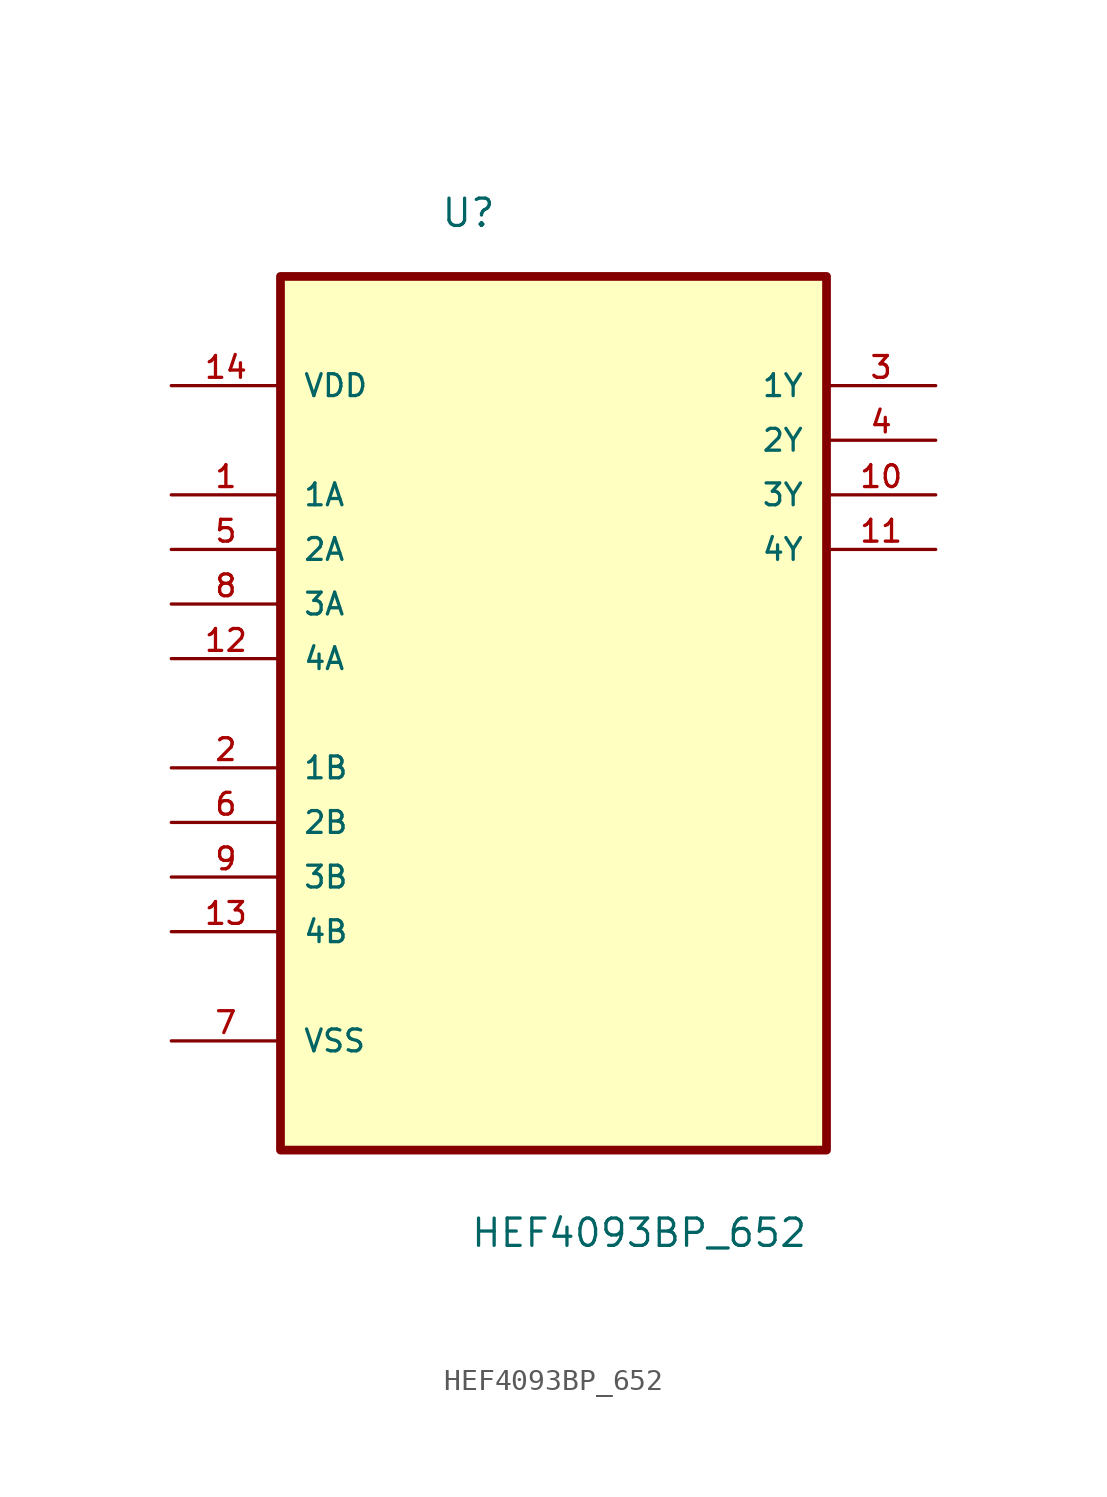
<source format=kicad_sym>
(kicad_symbol_lib
  (version 20211014)
  (generator kicad_symbol_editor)
  (symbol "HEF4093BP_652"
    (pin_names
      (offset 1.016))
    (property "Reference" "U"
      (at -5.264 19.989 0.0)
      (effects (font (size 1.27 1.27)) (justify bottom left)))
    (property "Value" "HEF4093BP_652"
      (at -3.889 -27.455 0.0)
      (effects (font (size 1.27 1.27)) (justify bottom left)))
    (symbol "HEF4093BP_652_0_0"
      (rectangle (start -12.7 -22.86) (end 12.7 17.78) (stroke (width 0.406)) (fill (type background)))
      (pin power_in line (at -17.78 12.7 0) (length 5.08) (name "VDD" (effects (font (size 1.016 1.016)))) (number "14" (effects (font (size 1.016 1.016)))))
      (pin input line (at -17.78 7.62 0) (length 5.08) (name "1A" (effects (font (size 1.016 1.016)))) (number "1" (effects (font (size 1.016 1.016)))))
      (pin input line (at -17.78 5.08 0) (length 5.08) (name "2A" (effects (font (size 1.016 1.016)))) (number "5" (effects (font (size 1.016 1.016)))))
      (pin input line (at -17.78 2.54 0) (length 5.08) (name "3A" (effects (font (size 1.016 1.016)))) (number "8" (effects (font (size 1.016 1.016)))))
      (pin input line (at -17.78 0.0 0) (length 5.08) (name "4A" (effects (font (size 1.016 1.016)))) (number "12" (effects (font (size 1.016 1.016)))))
      (pin input line (at -17.78 -5.08 0) (length 5.08) (name "1B" (effects (font (size 1.016 1.016)))) (number "2" (effects (font (size 1.016 1.016)))))
      (pin input line (at -17.78 -7.62 0) (length 5.08) (name "2B" (effects (font (size 1.016 1.016)))) (number "6" (effects (font (size 1.016 1.016)))))
      (pin input line (at -17.78 -10.16 0) (length 5.08) (name "3B" (effects (font (size 1.016 1.016)))) (number "9" (effects (font (size 1.016 1.016)))))
      (pin input line (at -17.78 -12.7 0) (length 5.08) (name "4B" (effects (font (size 1.016 1.016)))) (number "13" (effects (font (size 1.016 1.016)))))
      (pin passive line (at -17.78 -17.78 0) (length 5.08) (name "VSS" (effects (font (size 1.016 1.016)))) (number "7" (effects (font (size 1.016 1.016)))))
      (pin output line (at 17.78 12.7 180.0) (length 5.08) (name "1Y" (effects (font (size 1.016 1.016)))) (number "3" (effects (font (size 1.016 1.016)))))
      (pin output line (at 17.78 10.16 180.0) (length 5.08) (name "2Y" (effects (font (size 1.016 1.016)))) (number "4" (effects (font (size 1.016 1.016)))))
      (pin output line (at 17.78 7.62 180.0) (length 5.08) (name "3Y" (effects (font (size 1.016 1.016)))) (number "10" (effects (font (size 1.016 1.016)))))
      (pin output line (at 17.78 5.08 180.0) (length 5.08) (name "4Y" (effects (font (size 1.016 1.016)))) (number "11" (effects (font (size 1.016 1.016))))))))
</source>
